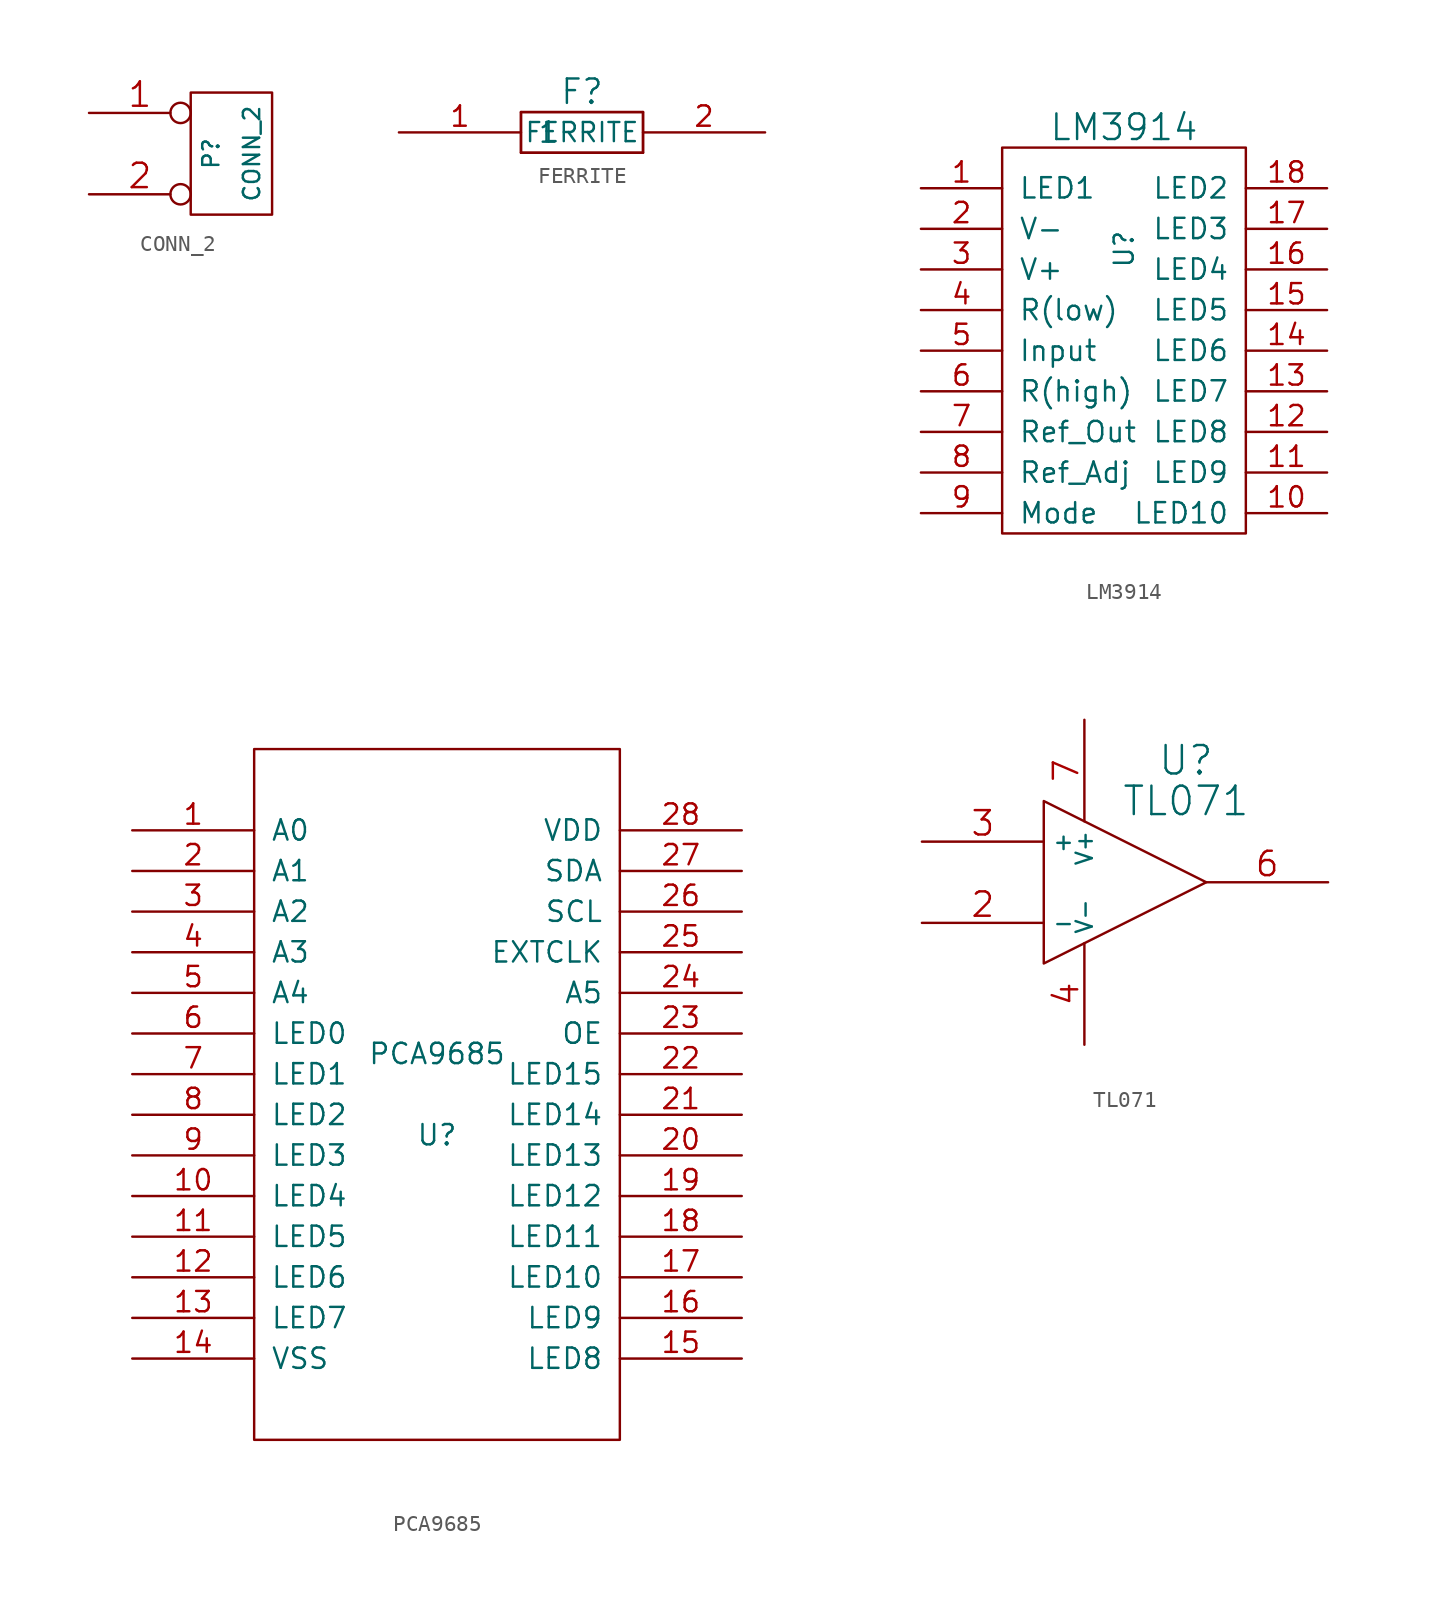
<source format=kicad_sym>
(kicad_symbol_lib
  (version 20231120)
  (generator "kicad_symbol_editor")
  (generator_version "8.0")
  (symbol "CONN_2"
    (pin_names
      (offset 1.016) hide)
    (property "Reference" "P"
      (at -1.27 0 90)
      (effects (font (size 1.016 1.016))))
    (property "Value" "CONN_2"
      (at 1.27 0 90)
      (effects (font (size 1.016 1.016))))
    (property "Footprint" ""
      (at 0 0 0)
      (effects (font (size 1.524 1.524))))
    (property "Datasheet" ""
      (at 0 0 0)
      (effects (font (size 1.524 1.524))))
    (symbol "CONN_2_0_1"
      (rectangle (start -2.54 3.81) (end 2.54 -3.81) (stroke (width 0) (type solid)) (fill (type none))))
    (symbol "CONN_2_1_1"
      (pin passive inverted (at -8.89 2.54 0) (length 6.35) (name "VCC" (effects (font (size 1.524 1.524)))) (number "1" (effects (font (size 1.524 1.524)))))
      (pin passive inverted (at -8.89 -2.54 0) (length 6.35) (name "GND" (effects (font (size 1.524 1.524)))) (number "2" (effects (font (size 1.524 1.524)))))))
  (symbol "FERRITE"
    (pin_names
      (offset 1.016))
    (property "Reference" "F"
      (at 0 0 0)
      (effects (font (size 1.524 1.524))))
    (property "Value" "FERRITE"
      (at 0 -2.54 0)
      (effects (font (size 1.194 1.194))))
    (property "Footprint" ""
      (at 0 0 0)
      (effects (font (size 1.524 1.524))))
    (property "Datasheet" ""
      (at 0 0 0)
      (effects (font (size 1.524 1.524))))
    (symbol "FERRITE_0_1"
      (rectangle (start -3.81 -3.81) (end 3.81 -3.81) (stroke (width 0) (type solid)) (fill (type none)))
      (rectangle (start -3.81 -1.27) (end -3.81 -3.81) (stroke (width 0) (type solid)) (fill (type none)))
      (rectangle (start -3.81 -1.27) (end 3.81 -3.81) (stroke (width 0) (type solid)) (fill (type none)))
      (rectangle (start 3.81 -3.81) (end 3.81 -1.27) (stroke (width 0) (type solid)) (fill (type none)))
      (rectangle (start 3.81 -1.27) (end -3.81 -1.27) (stroke (width 0) (type solid)) (fill (type none))))
    (symbol "FERRITE_1_1"
      (pin input line (at -11.43 -2.54 0) (length 7.62) (name "1" (effects (font (size 1.27 1.27)))) (number "1" (effects (font (size 1.27 1.27)))))
      (pin input line (at 11.43 -2.54 180) (length 7.62) (name "~" (effects (font (size 1.27 1.27)))) (number "2" (effects (font (size 1.27 1.27)))))))
  (symbol "LM3914"
    (pin_names
      (offset 1.016))
    (property "Reference" "U"
      (at 0 5.08 90)
      (effects (font (size 1.194 1.194))))
    (property "Value" "LM3914"
      (at 0 12.7 0)
      (effects (font (size 1.6 1.6))))
    (symbol "LM3914_0_1"
      (rectangle (start -7.62 11.43) (end 7.62 -12.7) (stroke (width 0) (type solid)) (fill (type none))))
    (symbol "LM3914_1_1"
      (pin output line (at -12.7 8.89 0) (length 5.08) (name "LED1" (effects (font (size 1.27 1.27)))) (number "1" (effects (font (size 1.27 1.27)))))
      (pin output line (at 12.7 -11.43 180) (length 5.08) (name "LED10" (effects (font (size 1.27 1.27)))) (number "10" (effects (font (size 1.27 1.27)))))
      (pin output line (at 12.7 -8.89 180) (length 5.08) (name "LED9" (effects (font (size 1.27 1.27)))) (number "11" (effects (font (size 1.27 1.27)))))
      (pin output line (at 12.7 -6.35 180) (length 5.08) (name "LED8" (effects (font (size 1.27 1.27)))) (number "12" (effects (font (size 1.27 1.27)))))
      (pin output line (at 12.7 -3.81 180) (length 5.08) (name "LED7" (effects (font (size 1.27 1.27)))) (number "13" (effects (font (size 1.27 1.27)))))
      (pin output line (at 12.7 -1.27 180) (length 5.08) (name "LED6" (effects (font (size 1.27 1.27)))) (number "14" (effects (font (size 1.27 1.27)))))
      (pin output line (at 12.7 1.27 180) (length 5.08) (name "LED5" (effects (font (size 1.27 1.27)))) (number "15" (effects (font (size 1.27 1.27)))))
      (pin output line (at 12.7 3.81 180) (length 5.08) (name "LED4" (effects (font (size 1.27 1.27)))) (number "16" (effects (font (size 1.27 1.27)))))
      (pin output line (at 12.7 6.35 180) (length 5.08) (name "LED3" (effects (font (size 1.27 1.27)))) (number "17" (effects (font (size 1.27 1.27)))))
      (pin output line (at 12.7 8.89 180) (length 5.08) (name "LED2" (effects (font (size 1.27 1.27)))) (number "18" (effects (font (size 1.27 1.27)))))
      (pin input line (at -12.7 6.35 0) (length 5.08) (name "V-" (effects (font (size 1.27 1.27)))) (number "2" (effects (font (size 1.27 1.27)))))
      (pin input line (at -12.7 3.81 0) (length 5.08) (name "V+" (effects (font (size 1.27 1.27)))) (number "3" (effects (font (size 1.27 1.27)))))
      (pin input line (at -12.7 1.27 0) (length 5.08) (name "R(low)" (effects (font (size 1.27 1.27)))) (number "4" (effects (font (size 1.27 1.27)))))
      (pin input line (at -12.7 -1.27 0) (length 5.08) (name "Input" (effects (font (size 1.27 1.27)))) (number "5" (effects (font (size 1.27 1.27)))))
      (pin input line (at -12.7 -3.81 0) (length 5.08) (name "R(high)" (effects (font (size 1.27 1.27)))) (number "6" (effects (font (size 1.27 1.27)))))
      (pin output line (at -12.7 -6.35 0) (length 5.08) (name "Ref_Out" (effects (font (size 1.27 1.27)))) (number "7" (effects (font (size 1.27 1.27)))))
      (pin output line (at -12.7 -8.89 0) (length 5.08) (name "Ref_Adj" (effects (font (size 1.27 1.27)))) (number "8" (effects (font (size 1.27 1.27)))))
      (pin input line (at -12.7 -11.43 0) (length 5.08) (name "Mode" (effects (font (size 1.27 1.27)))) (number "9" (effects (font (size 1.27 1.27)))))))
  (symbol "PCA9685"
    (pin_names
      (offset 1.016))
    (property "Reference" "U"
      (at 0 -2.54 0)
      (effects (font (size 1.27 1.27))))
    (property "Value" "PCA9685"
      (at 0 2.54 0)
      (effects (font (size 1.27 1.27))))
    (symbol "PCA9685_1_0"
      (rectangle (start -11.43 -21.59) (end 11.43 21.59) (stroke (width 0) (type solid)) (fill (type none))))
    (symbol "PCA9685_1_1"
      (pin input line (at -19.05 16.51 0) (length 7.62) (name "A0" (effects (font (size 1.27 1.27)))) (number "1" (effects (font (size 1.27 1.27)))))
      (pin input line (at -19.05 -6.35 0) (length 7.62) (name "LED4" (effects (font (size 1.27 1.27)))) (number "10" (effects (font (size 1.27 1.27)))))
      (pin input line (at -19.05 -8.89 0) (length 7.62) (name "LED5" (effects (font (size 1.27 1.27)))) (number "11" (effects (font (size 1.27 1.27)))))
      (pin input line (at -19.05 -11.43 0) (length 7.62) (name "LED6" (effects (font (size 1.27 1.27)))) (number "12" (effects (font (size 1.27 1.27)))))
      (pin input line (at -19.05 -13.97 0) (length 7.62) (name "LED7" (effects (font (size 1.27 1.27)))) (number "13" (effects (font (size 1.27 1.27)))))
      (pin input line (at -19.05 -16.51 0) (length 7.62) (name "VSS" (effects (font (size 1.27 1.27)))) (number "14" (effects (font (size 1.27 1.27)))))
      (pin input line (at 19.05 -16.51 180) (length 7.62) (name "LED8" (effects (font (size 1.27 1.27)))) (number "15" (effects (font (size 1.27 1.27)))))
      (pin input line (at 19.05 -13.97 180) (length 7.62) (name "LED9" (effects (font (size 1.27 1.27)))) (number "16" (effects (font (size 1.27 1.27)))))
      (pin input line (at 19.05 -11.43 180) (length 7.62) (name "LED10" (effects (font (size 1.27 1.27)))) (number "17" (effects (font (size 1.27 1.27)))))
      (pin input line (at 19.05 -8.89 180) (length 7.62) (name "LED11" (effects (font (size 1.27 1.27)))) (number "18" (effects (font (size 1.27 1.27)))))
      (pin input line (at 19.05 -6.35 180) (length 7.62) (name "LED12" (effects (font (size 1.27 1.27)))) (number "19" (effects (font (size 1.27 1.27)))))
      (pin input line (at -19.05 13.97 0) (length 7.62) (name "A1" (effects (font (size 1.27 1.27)))) (number "2" (effects (font (size 1.27 1.27)))))
      (pin input line (at 19.05 -3.81 180) (length 7.62) (name "LED13" (effects (font (size 1.27 1.27)))) (number "20" (effects (font (size 1.27 1.27)))))
      (pin input line (at 19.05 -1.27 180) (length 7.62) (name "LED14" (effects (font (size 1.27 1.27)))) (number "21" (effects (font (size 1.27 1.27)))))
      (pin input line (at 19.05 1.27 180) (length 7.62) (name "LED15" (effects (font (size 1.27 1.27)))) (number "22" (effects (font (size 1.27 1.27)))))
      (pin input line (at 19.05 3.81 180) (length 7.62) (name "OE" (effects (font (size 1.27 1.27)))) (number "23" (effects (font (size 1.27 1.27)))))
      (pin input line (at 19.05 6.35 180) (length 7.62) (name "A5" (effects (font (size 1.27 1.27)))) (number "24" (effects (font (size 1.27 1.27)))))
      (pin input line (at 19.05 8.89 180) (length 7.62) (name "EXTCLK" (effects (font (size 1.27 1.27)))) (number "25" (effects (font (size 1.27 1.27)))))
      (pin input line (at 19.05 11.43 180) (length 7.62) (name "SCL" (effects (font (size 1.27 1.27)))) (number "26" (effects (font (size 1.27 1.27)))))
      (pin input line (at 19.05 13.97 180) (length 7.62) (name "SDA" (effects (font (size 1.27 1.27)))) (number "27" (effects (font (size 1.27 1.27)))))
      (pin input line (at 19.05 16.51 180) (length 7.62) (name "VDD" (effects (font (size 1.27 1.27)))) (number "28" (effects (font (size 1.27 1.27)))))
      (pin input line (at -19.05 11.43 0) (length 7.62) (name "A2" (effects (font (size 1.27 1.27)))) (number "3" (effects (font (size 1.27 1.27)))))
      (pin input line (at -19.05 8.89 0) (length 7.62) (name "A3" (effects (font (size 1.27 1.27)))) (number "4" (effects (font (size 1.27 1.27)))))
      (pin input line (at -19.05 6.35 0) (length 7.62) (name "A4" (effects (font (size 1.27 1.27)))) (number "5" (effects (font (size 1.27 1.27)))))
      (pin input line (at -19.05 3.81 0) (length 7.62) (name "LED0" (effects (font (size 1.27 1.27)))) (number "6" (effects (font (size 1.27 1.27)))))
      (pin input line (at -19.05 1.27 0) (length 7.62) (name "LED1" (effects (font (size 1.27 1.27)))) (number "7" (effects (font (size 1.27 1.27)))))
      (pin input line (at -19.05 -1.27 0) (length 7.62) (name "LED2" (effects (font (size 1.27 1.27)))) (number "8" (effects (font (size 1.27 1.27)))))
      (pin input line (at -19.05 -3.81 0) (length 7.62) (name "LED3" (effects (font (size 1.27 1.27)))) (number "9" (effects (font (size 1.27 1.27)))))))
  (symbol "TL071"
    (property "Reference" "U"
      (at 3.81 7.62 0)
      (effects (font (size 1.778 1.778))))
    (property "Value" "TL071"
      (at 3.81 5.08 0)
      (effects (font (size 1.778 1.778))))
    (symbol "TL071_0_1"
      (polyline (pts (xy -5.08 5.08) (xy 5.08 0) (xy -5.08 -5.08) (xy -5.08 5.08)) (stroke (width 0) (type solid)) (fill (type none))))
    (symbol "TL071_1_1"
      (pin input line (at -12.7 -2.54 0) (length 7.62) (name "-" (effects (font (size 1.016 1.016)))) (number "2" (effects (font (size 1.524 1.524)))))
      (pin input line (at -12.7 2.54 0) (length 7.62) (name "+" (effects (font (size 1.016 1.016)))) (number "3" (effects (font (size 1.524 1.524)))))
      (pin passive line (at -2.54 -10.16 90) (length 6.35) (name "V-" (effects (font (size 1.016 1.016)))) (number "4" (effects (font (size 1.524 1.524)))))
      (pin output line (at 12.7 0 180) (length 7.62) (name "~" (effects (font (size 1.016 1.016)))) (number "6" (effects (font (size 1.524 1.524)))))
      (pin passive line (at -2.54 10.16 270) (length 6.35) (name "V+" (effects (font (size 1.016 1.016)))) (number "7" (effects (font (size 1.524 1.524))))))))
</source>
